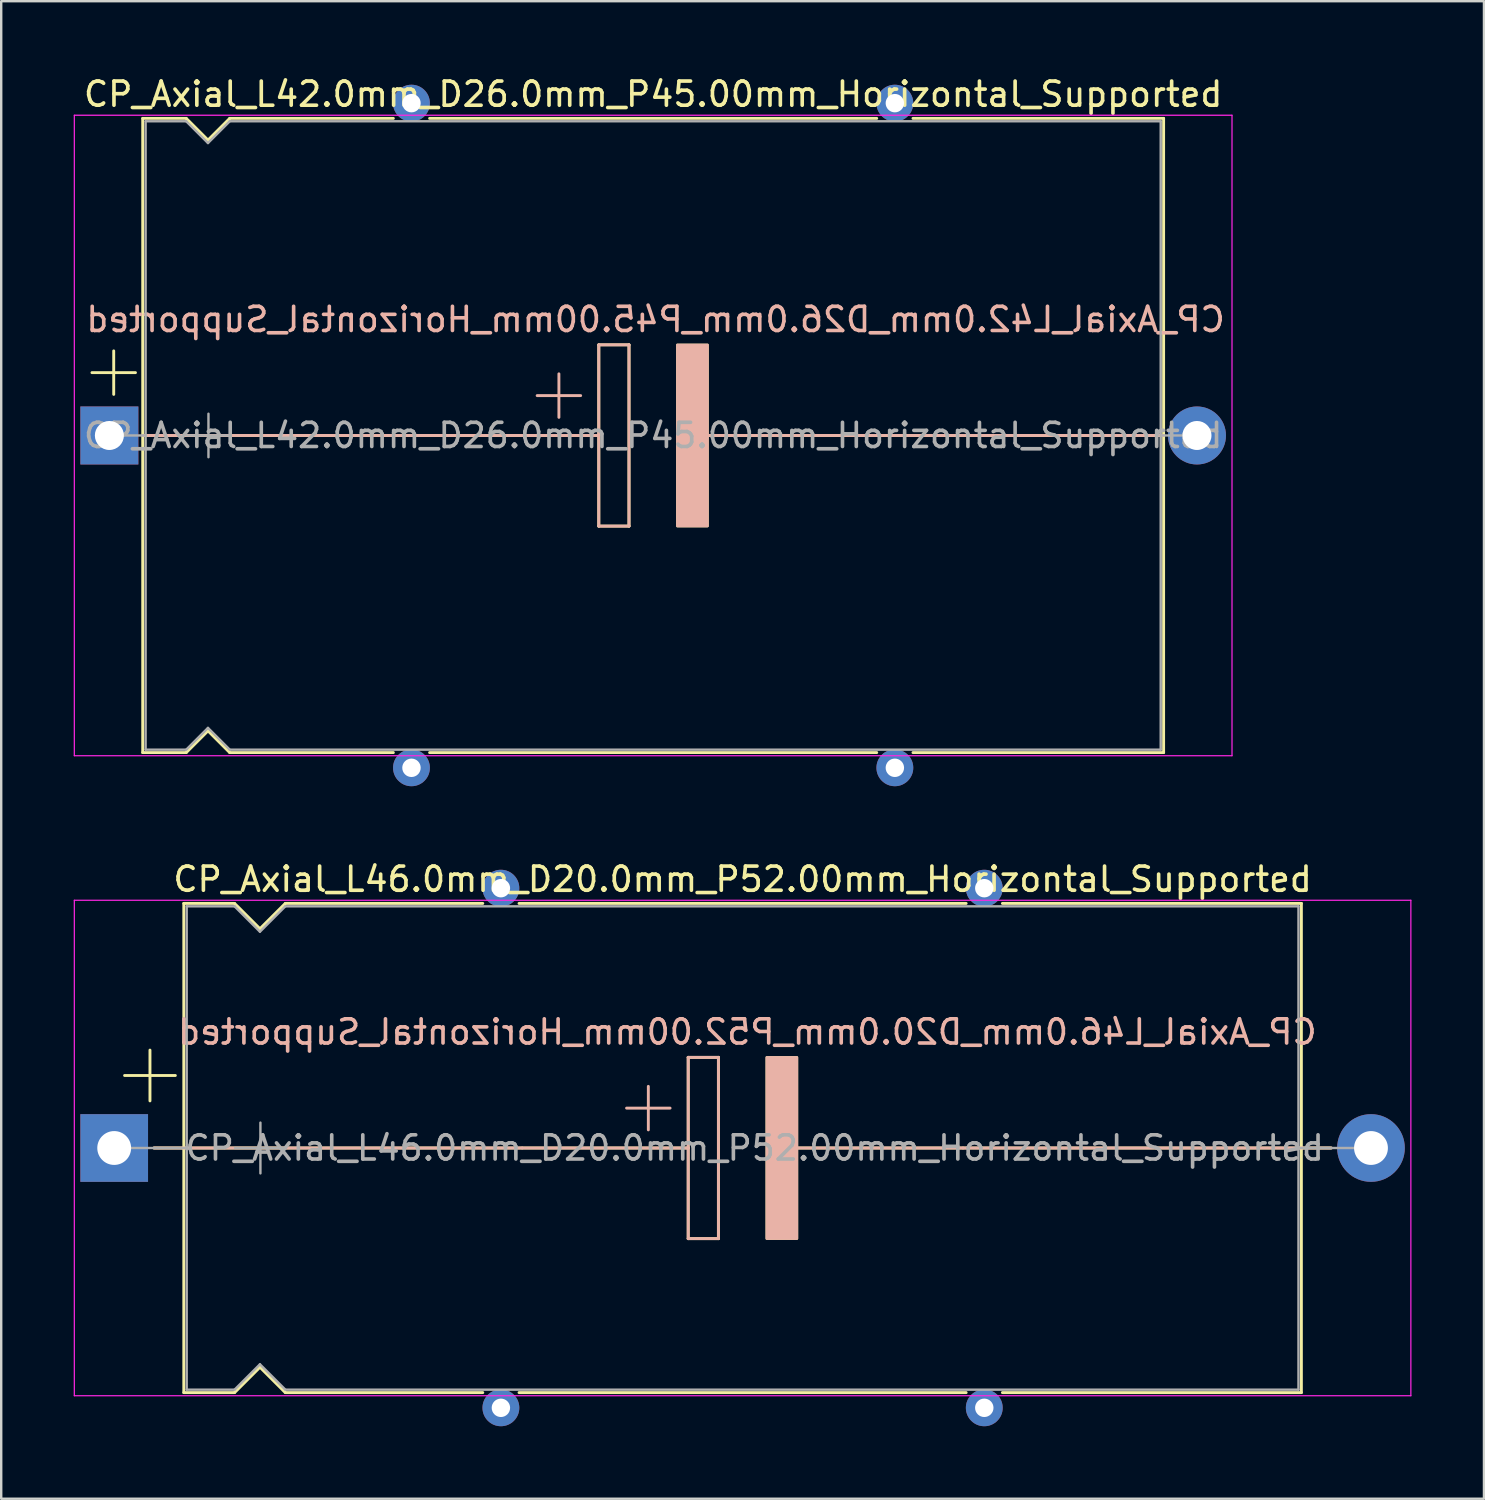
<source format=kicad_pcb>
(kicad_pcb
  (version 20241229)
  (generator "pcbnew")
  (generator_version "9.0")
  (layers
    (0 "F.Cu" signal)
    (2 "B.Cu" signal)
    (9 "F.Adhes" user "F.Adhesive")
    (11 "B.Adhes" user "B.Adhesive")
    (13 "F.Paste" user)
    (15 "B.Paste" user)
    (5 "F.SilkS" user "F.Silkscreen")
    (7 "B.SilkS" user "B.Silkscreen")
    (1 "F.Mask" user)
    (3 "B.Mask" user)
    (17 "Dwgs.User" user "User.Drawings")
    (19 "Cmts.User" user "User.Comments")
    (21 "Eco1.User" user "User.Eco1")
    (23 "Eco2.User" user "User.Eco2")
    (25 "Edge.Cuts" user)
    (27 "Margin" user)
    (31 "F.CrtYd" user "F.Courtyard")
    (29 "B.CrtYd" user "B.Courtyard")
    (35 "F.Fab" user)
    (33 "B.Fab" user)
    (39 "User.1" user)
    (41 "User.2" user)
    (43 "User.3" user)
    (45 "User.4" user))
  (footprint "CP_Axial_L42.0mm_D26.0mm_P45.00mm_Horizontal_Supported"
    (layer "F.Cu")
    (at 1.475 14.968)
    (property "Reference" "CP_Axial_L42.0mm_D26.0mm_P45.00mm_Horizontal_Supported" (at 22.5 -14.12 0) (layer "F.SilkS") (effects (font (size 1 1) (thickness 0.15))))
    (fp_line (start -0.72 -2.6) (end 1.08 -2.6) (stroke (width 0.12) (type solid)) (layer "F.SilkS"))
    (fp_line (start 0.18 -3.5) (end 0.18 -1.7) (stroke (width 0.12) (type solid)) (layer "F.SilkS"))
    (fp_line (start 1.38 -13.12) (end 1.38 13.12) (stroke (width 0.12) (type solid)) (layer "F.SilkS"))
    (fp_line (start 1.38 -13.12) (end 3.18 -13.12) (stroke (width 0.12) (type solid)) (layer "F.SilkS"))
    (fp_line (start 1.38 13.12) (end 3.18 13.12) (stroke (width 0.12) (type solid)) (layer "F.SilkS"))
    (fp_line (start 1.397 0) (end 20.25 0) (stroke (width 0.12) (type solid)) (layer "F.SilkS"))
    (fp_line (start 3.18 -13.12) (end 4.08 -12.22) (stroke (width 0.12) (type solid)) (layer "F.SilkS"))
    (fp_line (start 3.18 13.12) (end 4.08 12.22) (stroke (width 0.12) (type solid)) (layer "F.SilkS"))
    (fp_line (start 4.08 -12.22) (end 4.98 -13.12) (stroke (width 0.12) (type solid)) (layer "F.SilkS"))
    (fp_line (start 4.08 12.22) (end 4.98 13.12) (stroke (width 0.12) (type solid)) (layer "F.SilkS"))
    (fp_line (start 4.98 -13.12) (end 11.75 -13.12) (stroke (width 0.12) (type solid)) (layer "F.SilkS"))
    (fp_line (start 4.98 13.12) (end 11.75 13.12) (stroke (width 0.12) (type solid)) (layer "F.SilkS"))
    (fp_line (start 13.25 -13.12) (end 31.75 -13.12) (stroke (width 0.12) (type solid)) (layer "F.SilkS"))
    (fp_line (start 13.25 13.12) (end 31.75 13.12) (stroke (width 0.12) (type solid)) (layer "F.SilkS"))
    (fp_line (start 20.25 -3.75) (end 21.5 -3.75) (stroke (width 0.12) (type solid)) (layer "F.SilkS"))
    (fp_line (start 20.25 0) (end 20.25 -3.75) (stroke (width 0.12) (type solid)) (layer "F.SilkS"))
    (fp_line (start 20.25 3.75) (end 20.25 0) (stroke (width 0.12) (type solid)) (layer "F.SilkS"))
    (fp_line (start 21.5 -3.75) (end 21.5 3.75) (stroke (width 0.12) (type solid)) (layer "F.SilkS"))
    (fp_line (start 21.5 3.75) (end 20.25 3.75) (stroke (width 0.12) (type solid)) (layer "F.SilkS"))
    (fp_line (start 24.75 0) (end 43.561 0) (stroke (width 0.12) (type solid)) (layer "F.SilkS"))
    (fp_line (start 33.25 -13.12) (end 43.62 -13.12) (stroke (width 0.12) (type solid)) (layer "F.SilkS"))
    (fp_line (start 33.25 13.12) (end 43.62 13.12) (stroke (width 0.12) (type solid)) (layer "F.SilkS"))
    (fp_line (start 43.62 -13.12) (end 43.62 13.12) (stroke (width 0.12) (type solid)) (layer "F.SilkS"))
    (fp_poly (pts (xy 24.75 3.75) (xy 23.5 3.75) (xy 23.5 -3.75) (xy 24.75 -3.75)) (stroke (width 0.1) (type solid)) (fill yes) (layer "F.SilkS"))
    (fp_line (start 1.4 0) (end 13.38 0) (stroke (width 0.12) (type solid)) (layer "B.SilkS"))
    (fp_line (start 13.38 0) (end 20.25 0) (stroke (width 0.12) (type solid)) (layer "B.SilkS"))
    (fp_line (start 18.6 -2.55) (end 18.6 -0.75) (stroke (width 0.12) (type solid)) (layer "B.SilkS"))
    (fp_line (start 19.5 -1.65) (end 17.7 -1.65) (stroke (width 0.12) (type solid)) (layer "B.SilkS"))
    (fp_line (start 20.25 -3.75) (end 21.5 -3.75) (stroke (width 0.12) (type solid)) (layer "B.SilkS"))
    (fp_line (start 20.25 0) (end 20.25 -3.75) (stroke (width 0.12) (type solid)) (layer "B.SilkS"))
    (fp_line (start 20.25 3.75) (end 20.25 0) (stroke (width 0.12) (type solid)) (layer "B.SilkS"))
    (fp_line (start 21.5 -3.75) (end 21.5 3.75) (stroke (width 0.12) (type solid)) (layer "B.SilkS"))
    (fp_line (start 21.5 3.75) (end 20.25 3.75) (stroke (width 0.12) (type solid)) (layer "B.SilkS"))
    (fp_line (start 24.75 0) (end 31.62 0) (stroke (width 0.12) (type solid)) (layer "B.SilkS"))
    (fp_line (start 43.6 0) (end 31.62 0) (stroke (width 0.12) (type solid)) (layer "B.SilkS"))
    (fp_poly (pts (xy 24.75 3.75) (xy 23.5 3.75) (xy 23.5 -3.75) (xy 24.75 -3.75)) (stroke (width 0.1) (type solid)) (fill yes) (layer "B.SilkS"))
    (fp_line (start -1.45 -13.25) (end -1.45 13.25) (stroke (width 0.05) (type solid)) (layer "F.CrtYd"))
    (fp_line (start -1.45 13.25) (end 46.45 13.25) (stroke (width 0.05) (type solid)) (layer "F.CrtYd"))
    (fp_line (start 46.45 -13.25) (end -1.45 -13.25) (stroke (width 0.05) (type solid)) (layer "F.CrtYd"))
    (fp_line (start 46.45 13.25) (end 46.45 -13.25) (stroke (width 0.05) (type solid)) (layer "F.CrtYd"))
    (fp_line (start 0 0) (end 1.5 0) (stroke (width 0.1) (type solid)) (layer "F.Fab"))
    (fp_line (start 1.5 -13) (end 1.5 13) (stroke (width 0.1) (type solid)) (layer "F.Fab"))
    (fp_line (start 1.5 -13) (end 3.18 -13) (stroke (width 0.1) (type solid)) (layer "F.Fab"))
    (fp_line (start 1.5 13) (end 3.18 13) (stroke (width 0.1) (type solid)) (layer "F.Fab"))
    (fp_line (start 3.18 -13) (end 4.08 -12.1) (stroke (width 0.1) (type solid)) (layer "F.Fab"))
    (fp_line (start 3.18 13) (end 4.08 12.1) (stroke (width 0.1) (type solid)) (layer "F.Fab"))
    (fp_line (start 3.2 0) (end 5 0) (stroke (width 0.1) (type solid)) (layer "F.Fab"))
    (fp_line (start 4.08 -12.1) (end 4.98 -13) (stroke (width 0.1) (type solid)) (layer "F.Fab"))
    (fp_line (start 4.08 12.1) (end 4.98 13) (stroke (width 0.1) (type solid)) (layer "F.Fab"))
    (fp_line (start 4.1 -0.9) (end 4.1 0.9) (stroke (width 0.1) (type solid)) (layer "F.Fab"))
    (fp_line (start 4.98 -13) (end 43.5 -13) (stroke (width 0.1) (type solid)) (layer "F.Fab"))
    (fp_line (start 4.98 13) (end 43.5 13) (stroke (width 0.1) (type solid)) (layer "F.Fab"))
    (fp_line (start 43.5 -13) (end 43.5 13) (stroke (width 0.1) (type solid)) (layer "F.Fab"))
    (fp_line (start 45 0) (end 43.5 0) (stroke (width 0.1) (type solid)) (layer "F.Fab"))
    (fp_text user "${REFERENCE}" (at 22.6 -4.8 0) (layer "B.SilkS") (effects (font (size 1 1) (thickness 0.15)) (justify mirror)))
    (fp_text user "${REFERENCE}" (at 22.5 0 0) (layer "F.Fab") (effects (font (size 1 1) (thickness 0.15))))
    (pad "" thru_hole circle (at 12.5 -13.75) (size 1.524 1.524) (drill 0.762) (layers "*.Cu" "*.Mask"))
    (pad "" thru_hole circle (at 12.5 13.75) (size 1.524 1.524) (drill 0.762) (layers "*.Cu" "*.Mask"))
    (pad "" thru_hole circle (at 32.5 -13.75) (size 1.524 1.524) (drill 0.762) (layers "*.Cu" "*.Mask"))
    (pad "" thru_hole circle (at 32.5 13.75) (size 1.524 1.524) (drill 0.762) (layers "*.Cu" "*.Mask"))
    (pad "1" thru_hole rect (at 0 0) (size 2.4 2.4) (drill 1.2) (layers "*.Cu" "*.Mask"))
    (pad "2" thru_hole oval (at 45 0) (size 2.4 2.4) (drill 1.2) (layers "*.Cu" "*.Mask")))
  (footprint "CP_Axial_L46.0mm_D20.0mm_P52.00mm_Horizontal_Supported"
    (layer "F.Cu")
    (at 1.675 44.449)
    (property "Reference" "CP_Axial_L46.0mm_D20.0mm_P52.00mm_Horizontal_Supported" (at 26 -11.12 0) (layer "F.SilkS") (effects (font (size 1 1) (thickness 0.15))))
    (fp_line (start 0.43 -3) (end 2.53 -3) (stroke (width 0.12) (type solid)) (layer "F.SilkS"))
    (fp_line (start 1.48 -4.05) (end 1.48 -1.95) (stroke (width 0.12) (type solid)) (layer "F.SilkS"))
    (fp_line (start 1.64 0) (end 2.88 0) (stroke (width 0.12) (type solid)) (layer "F.SilkS"))
    (fp_line (start 2.88 -10.12) (end 2.88 10.12) (stroke (width 0.12) (type solid)) (layer "F.SilkS"))
    (fp_line (start 2.88 -10.12) (end 4.98 -10.12) (stroke (width 0.12) (type solid)) (layer "F.SilkS"))
    (fp_line (start 2.88 0) (end 23.75 0) (stroke (width 0.12) (type solid)) (layer "F.SilkS"))
    (fp_line (start 2.88 10.12) (end 4.98 10.12) (stroke (width 0.12) (type solid)) (layer "F.SilkS"))
    (fp_line (start 4.98 -10.12) (end 6.03 -9.07) (stroke (width 0.12) (type solid)) (layer "F.SilkS"))
    (fp_line (start 4.98 10.12) (end 6.03 9.07) (stroke (width 0.12) (type solid)) (layer "F.SilkS"))
    (fp_line (start 6.03 -9.07) (end 7.08 -10.12) (stroke (width 0.12) (type solid)) (layer "F.SilkS"))
    (fp_line (start 6.03 9.07) (end 7.08 10.12) (stroke (width 0.12) (type solid)) (layer "F.SilkS"))
    (fp_line (start 7.08 -10.12) (end 15.25 -10.12) (stroke (width 0.12) (type solid)) (layer "F.SilkS"))
    (fp_line (start 7.08 10.12) (end 15.25 10.12) (stroke (width 0.12) (type solid)) (layer "F.SilkS"))
    (fp_line (start 16.75 -10.12) (end 35.25 -10.12) (stroke (width 0.12) (type solid)) (layer "F.SilkS"))
    (fp_line (start 16.75 10.12) (end 35.25 10.12) (stroke (width 0.12) (type solid)) (layer "F.SilkS"))
    (fp_line (start 23.75 -3.75) (end 25 -3.75) (stroke (width 0.12) (type solid)) (layer "F.SilkS"))
    (fp_line (start 23.75 0) (end 23.75 -3.75) (stroke (width 0.12) (type solid)) (layer "F.SilkS"))
    (fp_line (start 23.75 3.75) (end 23.75 0) (stroke (width 0.12) (type solid)) (layer "F.SilkS"))
    (fp_line (start 25 -3.75) (end 25 3.75) (stroke (width 0.12) (type solid)) (layer "F.SilkS"))
    (fp_line (start 25 3.75) (end 23.75 3.75) (stroke (width 0.12) (type solid)) (layer "F.SilkS"))
    (fp_line (start 27.75 0) (end 49.12 0) (stroke (width 0.12) (type solid)) (layer "F.SilkS"))
    (fp_line (start 36.75 -10.12) (end 49.12 -10.12) (stroke (width 0.12) (type solid)) (layer "F.SilkS"))
    (fp_line (start 36.75 10.12) (end 49.12 10.12) (stroke (width 0.12) (type solid)) (layer "F.SilkS"))
    (fp_line (start 49.12 -10.12) (end 49.12 10.12) (stroke (width 0.12) (type solid)) (layer "F.SilkS"))
    (fp_line (start 50.36 0) (end 49.12 0) (stroke (width 0.12) (type solid)) (layer "F.SilkS"))
    (fp_poly (pts (xy 28.25 3.75) (xy 27 3.75) (xy 27 -3.75) (xy 28.25 -3.75)) (stroke (width 0.1) (type solid)) (fill yes) (layer "F.SilkS"))
    (fp_line (start 1.65 0) (end 16.88 0) (stroke (width 0.12) (type solid)) (layer "B.SilkS"))
    (fp_line (start 16.88 0) (end 23.75 0) (stroke (width 0.12) (type solid)) (layer "B.SilkS"))
    (fp_line (start 22.1 -2.55) (end 22.1 -0.75) (stroke (width 0.12) (type solid)) (layer "B.SilkS"))
    (fp_line (start 23 -1.65) (end 21.2 -1.65) (stroke (width 0.12) (type solid)) (layer "B.SilkS"))
    (fp_line (start 23.75 -3.75) (end 25 -3.75) (stroke (width 0.12) (type solid)) (layer "B.SilkS"))
    (fp_line (start 23.75 0) (end 23.75 -3.75) (stroke (width 0.12) (type solid)) (layer "B.SilkS"))
    (fp_line (start 23.75 3.75) (end 23.75 0) (stroke (width 0.12) (type solid)) (layer "B.SilkS"))
    (fp_line (start 25 -3.75) (end 25 3.75) (stroke (width 0.12) (type solid)) (layer "B.SilkS"))
    (fp_line (start 25 3.75) (end 23.75 3.75) (stroke (width 0.12) (type solid)) (layer "B.SilkS"))
    (fp_line (start 28.25 0) (end 35.12 0) (stroke (width 0.12) (type solid)) (layer "B.SilkS"))
    (fp_line (start 50.35 0) (end 35.12 0) (stroke (width 0.12) (type solid)) (layer "B.SilkS"))
    (fp_poly (pts (xy 28.25 3.75) (xy 27 3.75) (xy 27 -3.75) (xy 28.25 -3.75)) (stroke (width 0.1) (type solid)) (fill yes) (layer "B.SilkS"))
    (fp_line (start -1.65 -10.25) (end -1.65 10.25) (stroke (width 0.05) (type solid)) (layer "F.CrtYd"))
    (fp_line (start -1.65 10.25) (end 53.65 10.25) (stroke (width 0.05) (type solid)) (layer "F.CrtYd"))
    (fp_line (start 53.65 -10.25) (end -1.65 -10.25) (stroke (width 0.05) (type solid)) (layer "F.CrtYd"))
    (fp_line (start 53.65 10.25) (end 53.65 -10.25) (stroke (width 0.05) (type solid)) (layer "F.CrtYd"))
    (fp_line (start 0 0) (end 3 0) (stroke (width 0.1) (type solid)) (layer "F.Fab"))
    (fp_line (start 3 -10) (end 3 10) (stroke (width 0.1) (type solid)) (layer "F.Fab"))
    (fp_line (start 3 -10) (end 4.98 -10) (stroke (width 0.1) (type solid)) (layer "F.Fab"))
    (fp_line (start 3 10) (end 4.98 10) (stroke (width 0.1) (type solid)) (layer "F.Fab"))
    (fp_line (start 4.98 -10) (end 6.03 -8.95) (stroke (width 0.1) (type solid)) (layer "F.Fab"))
    (fp_line (start 4.98 10) (end 6.03 8.95) (stroke (width 0.1) (type solid)) (layer "F.Fab"))
    (fp_line (start 5 0) (end 7.1 0) (stroke (width 0.1) (type solid)) (layer "F.Fab"))
    (fp_line (start 6.03 -8.95) (end 7.08 -10) (stroke (width 0.1) (type solid)) (layer "F.Fab"))
    (fp_line (start 6.03 8.95) (end 7.08 10) (stroke (width 0.1) (type solid)) (layer "F.Fab"))
    (fp_line (start 6.05 -1.05) (end 6.05 1.05) (stroke (width 0.1) (type solid)) (layer "F.Fab"))
    (fp_line (start 7.08 -10) (end 49 -10) (stroke (width 0.1) (type solid)) (layer "F.Fab"))
    (fp_line (start 7.08 10) (end 49 10) (stroke (width 0.1) (type solid)) (layer "F.Fab"))
    (fp_line (start 49 -10) (end 49 10) (stroke (width 0.1) (type solid)) (layer "F.Fab"))
    (fp_line (start 52 0) (end 49 0) (stroke (width 0.1) (type solid)) (layer "F.Fab"))
    (fp_text user "${REFERENCE}" (at 26.2 -4.8 0) (layer "B.SilkS") (effects (font (size 1 1) (thickness 0.15)) (justify mirror)))
    (fp_text user "${REFERENCE}" (at 26.5 0 0) (layer "F.Fab") (effects (font (size 1 1) (thickness 0.15))))
    (pad "" thru_hole circle (at 16 -10.75) (size 1.524 1.524) (drill 0.762) (layers "*.Cu" "*.Mask"))
    (pad "" thru_hole circle (at 16 10.75) (size 1.524 1.524) (drill 0.762) (layers "*.Cu" "*.Mask"))
    (pad "" thru_hole circle (at 36 -10.75) (size 1.524 1.524) (drill 0.762) (layers "*.Cu" "*.Mask"))
    (pad "" thru_hole circle (at 36 10.75) (size 1.524 1.524) (drill 0.762) (layers "*.Cu" "*.Mask"))
    (pad "1" thru_hole rect (at 0 0) (size 2.8 2.8) (drill 1.4) (layers "*.Cu" "*.Mask"))
    (pad "2" thru_hole oval (at 52 0) (size 2.8 2.8) (drill 1.4) (layers "*.Cu" "*.Mask")))
  (gr_rect
    (start -3 -3)
    (end 58.35 58.961)
    (stroke (width 0.1) (type default))
    (fill no)
    (layer "Edge.Cuts")))
</source>
